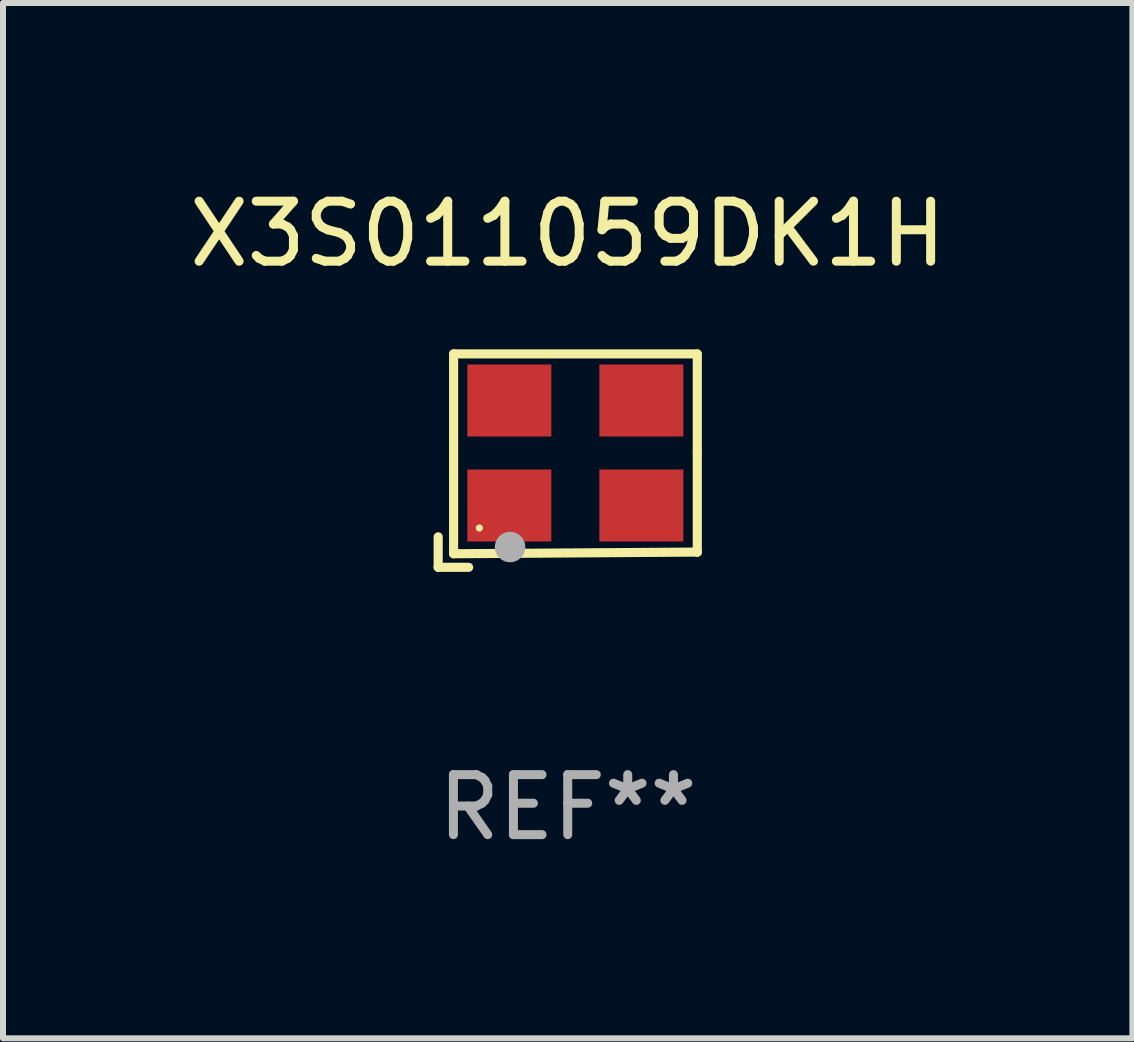
<source format=kicad_pcb>
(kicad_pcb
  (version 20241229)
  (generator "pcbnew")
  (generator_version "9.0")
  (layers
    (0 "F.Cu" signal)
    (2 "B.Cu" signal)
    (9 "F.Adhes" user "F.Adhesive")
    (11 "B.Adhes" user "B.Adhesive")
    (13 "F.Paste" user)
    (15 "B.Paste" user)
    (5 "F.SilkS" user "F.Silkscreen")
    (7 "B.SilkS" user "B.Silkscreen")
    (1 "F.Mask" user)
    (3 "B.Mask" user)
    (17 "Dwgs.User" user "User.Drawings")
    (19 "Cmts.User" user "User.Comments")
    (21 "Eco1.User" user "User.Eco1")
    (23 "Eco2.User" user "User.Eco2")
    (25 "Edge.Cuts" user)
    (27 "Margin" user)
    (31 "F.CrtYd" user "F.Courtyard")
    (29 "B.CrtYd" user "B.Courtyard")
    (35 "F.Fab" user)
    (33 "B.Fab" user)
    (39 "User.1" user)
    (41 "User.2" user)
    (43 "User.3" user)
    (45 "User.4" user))
  (footprint "X3S011059DK1H"
    (layer "F.Cu")
    (at 6.411 4.626)
    (property "Reference" "X3S011059DK1H" (at 0 -3.778 0) (layer "F.SilkS") (effects (font (size 1 1) (thickness 0.15))))
    (attr through_hole)
    (fp_line (start -2.159 1.27) (end -2.159 1.778) (stroke (width 0.152) (type solid)) (layer "F.SilkS"))
    (fp_line (start -2.159 1.778) (end -1.651 1.778) (stroke (width 0.152) (type solid)) (layer "F.SilkS"))
    (fp_line (start -1.902 -1.778) (end 2.159 -1.778) (stroke (width 0.152) (type solid)) (layer "F.SilkS"))
    (fp_line (start -1.902 1.552) (end -1.902 -1.778) (stroke (width 0.152) (type solid)) (layer "F.SilkS"))
    (fp_line (start 2.159 -1.778) (end 2.159 -0.127) (stroke (width 0.152) (type solid)) (layer "F.SilkS"))
    (fp_line (start 2.159 -0.127) (end 2.159 1.524) (stroke (width 0.152) (type solid)) (layer "F.SilkS"))
    (fp_line (start 2.159 1.524) (end -1.902 1.552) (stroke (width 0.152) (type solid)) (layer "F.SilkS"))
    (fp_line (start 2.159 1.524) (end 2.159 1.524) (stroke (width 0.152) (type solid)) (layer "F.SilkS"))
    (fp_circle (center -1.473 1.123) (end -1.443 1.123) (stroke (width 0.06) (type solid)) (fill no) (layer "F.SilkS"))
    (fp_circle (center -0.961 1.44) (end -0.834 1.44) (stroke (width 0.254) (type solid)) (fill no) (layer "F.Fab"))
    (fp_text user "REF**" (at 0 5.778 0) (layer "F.Fab") (effects (font (size 1 1) (thickness 0.15))))
    (pad "1" smd rect (at -0.973 0.748) (size 1.4 1.2) (layers "F.Cu" "F.Mask" "F.Paste"))
    (pad "2" smd rect (at 1.227 0.748) (size 1.4 1.2) (layers "F.Cu" "F.Mask" "F.Paste"))
    (pad "3" smd rect (at 1.227 -1.002) (size 1.4 1.2) (layers "F.Cu" "F.Mask" "F.Paste"))
    (pad "4" smd rect (at -0.973 -1.002) (size 1.4 1.2) (layers "F.Cu" "F.Mask" "F.Paste")))
  (gr_rect
    (start -3 -3)
    (end 15.821 14.253)
    (stroke (width 0.1) (type default))
    (fill no)
    (layer "Edge.Cuts")))
</source>
